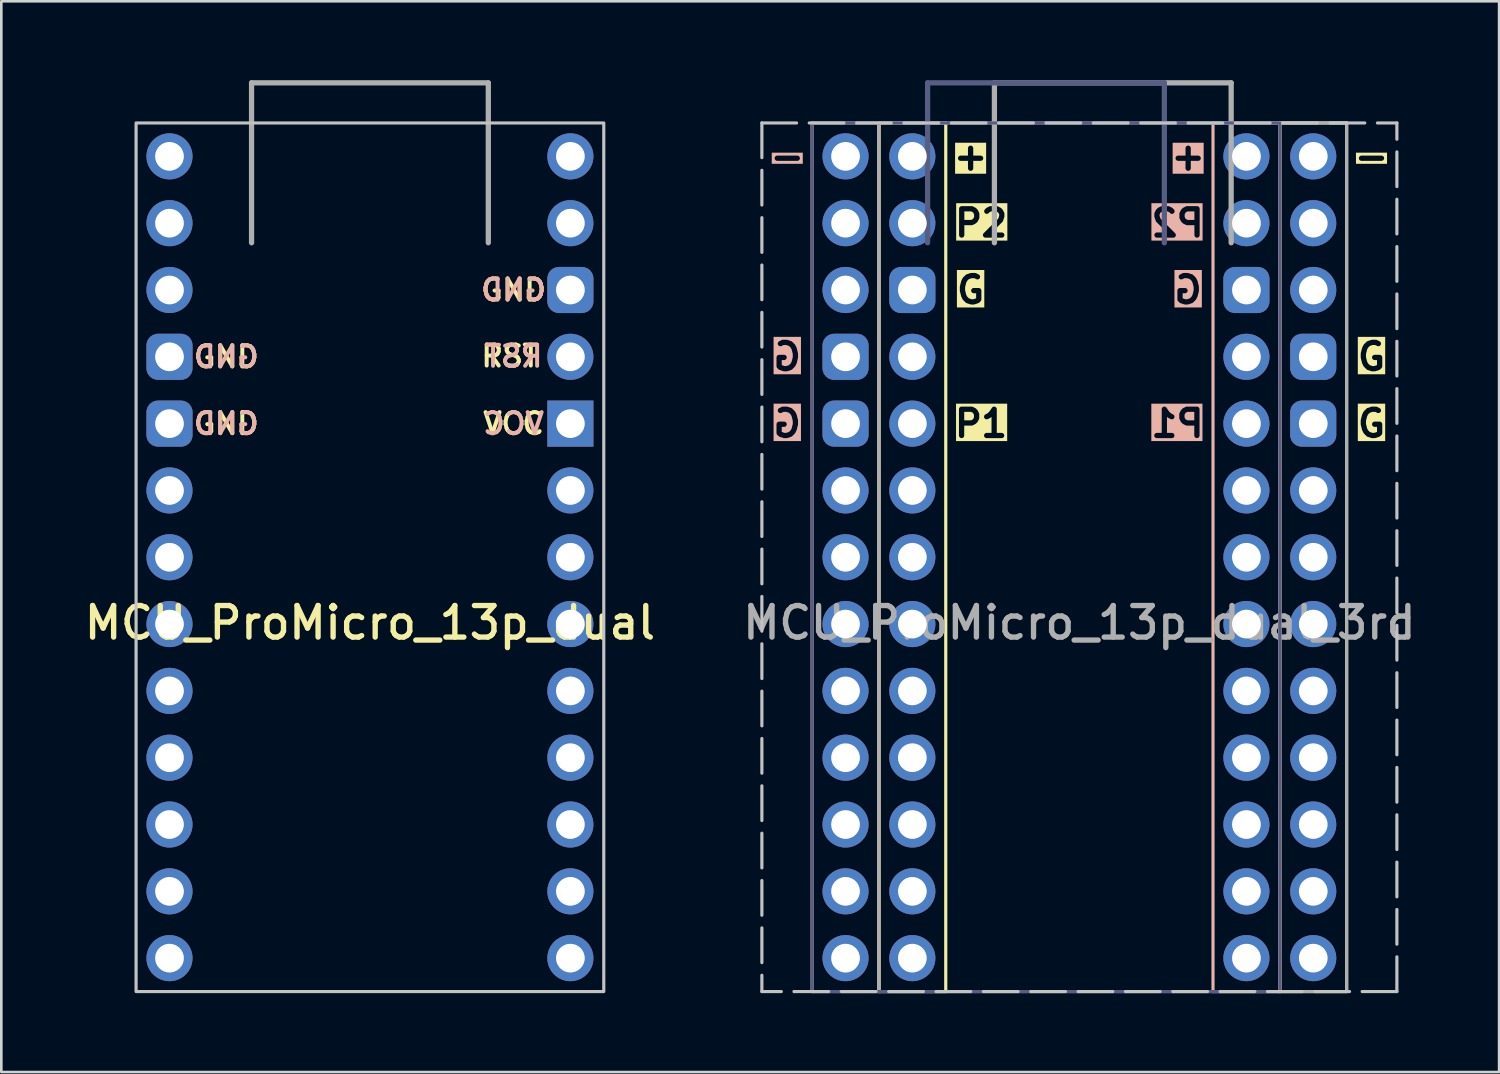
<source format=kicad_pcb>
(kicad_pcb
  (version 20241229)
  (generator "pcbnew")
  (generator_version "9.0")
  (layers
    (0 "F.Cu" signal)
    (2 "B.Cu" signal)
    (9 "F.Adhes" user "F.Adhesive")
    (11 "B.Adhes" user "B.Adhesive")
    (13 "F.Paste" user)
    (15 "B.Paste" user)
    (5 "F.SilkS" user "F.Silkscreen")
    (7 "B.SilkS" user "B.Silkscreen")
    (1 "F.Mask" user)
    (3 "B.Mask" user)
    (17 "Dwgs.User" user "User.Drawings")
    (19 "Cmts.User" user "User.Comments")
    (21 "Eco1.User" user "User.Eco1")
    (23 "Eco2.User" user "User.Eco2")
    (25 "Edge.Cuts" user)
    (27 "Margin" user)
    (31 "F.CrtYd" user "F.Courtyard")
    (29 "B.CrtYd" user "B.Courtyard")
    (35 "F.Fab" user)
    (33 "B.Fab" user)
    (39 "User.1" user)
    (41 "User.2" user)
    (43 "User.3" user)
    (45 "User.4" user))
  (footprint "MCU_ProMicro_13p_dual"
    (layer "F.Cu")
    (at 11.013 18.624)
    (property "Reference" "MCU_ProMicro_13p_dual" (at 0 2 180) (layer "F.SilkS") (effects (font (size 1.2 1.2) (thickness 0.203))))
    (attr through_hole)
    (fp_rect (start -8.89 16.02) (end 8.89 -17) (stroke (width 0.12) (type default)) (fill no) (layer "Dwgs.User"))
    (fp_line (start -4.5 -18.524) (end 4.5 -18.524) (stroke (width 0.2) (type solid)) (layer "F.Fab"))
    (fp_line (start -4.5 -12.444) (end -4.5 -18.524) (stroke (width 0.2) (type solid)) (layer "F.Fab"))
    (fp_line (start 4.5 -18.524) (end 4.5 -12.444) (stroke (width 0.2) (type solid)) (layer "F.Fab"))
    (fp_text user "GND" (at 5.461 -10.65 0) (layer "F.SilkS") (effects (font (size 0.8 0.8) (thickness 0.15))))
    (fp_text user "RST" (at 5.334 -8.14 0) (layer "F.SilkS") (effects (font (size 0.8 0.8) (thickness 0.15))))
    (fp_text user "VCC" (at 5.461 -5.57 0) (layer "F.SilkS") (effects (font (size 0.8 0.8) (thickness 0.15))))
    (fp_text user "GND" (at -5.461 -5.57 0) (layer "F.SilkS") (effects (font (size 0.8 0.8) (thickness 0.15))))
    (fp_text user "GND" (at -5.461 -8.11 0) (layer "F.SilkS") (effects (font (size 0.8 0.8) (thickness 0.15))))
    (fp_text user "RST" (at 5.461 -8.13 0) (layer "B.SilkS") (effects (font (size 0.8 0.8) (thickness 0.15)) (justify mirror)))
    (fp_text user "GND" (at -5.461 -5.57 0) (layer "B.SilkS") (effects (font (size 0.8 0.8) (thickness 0.15)) (justify mirror)))
    (fp_text user "GND" (at -5.461 -8.11 0) (layer "B.SilkS") (effects (font (size 0.8 0.8) (thickness 0.15)) (justify mirror)))
    (fp_text user "GND" (at 5.461 -10.65 0) (layer "B.SilkS") (effects (font (size 0.8 0.8) (thickness 0.15)) (justify mirror)))
    (fp_text user "VCC" (at 5.461 -5.57 0) (layer "B.SilkS") (effects (font (size 0.8 0.8) (thickness 0.15)) (justify mirror)))
    (pad "1" thru_hole circle (at -7.62 -15.73 270) (size 1.753 1.753) (drill 1.092) (layers "*.Cu" "*.Mask"))
    (pad "2" thru_hole circle (at -7.62 -13.19 270) (size 1.753 1.753) (drill 1.092) (layers "*.Cu" "*.Mask"))
    (pad "3" thru_hole circle (at -7.62 -10.65 270) (size 1.753 1.753) (drill 1.092) (layers "*.Cu" "*.Mask"))
    (pad "4" thru_hole roundrect (at -7.62 -8.11 270) (size 1.753 1.753) (drill 1.092) (layers "*.Cu" "*.Mask") (roundrect_rratio 0.25))
    (pad "5" thru_hole roundrect (at -7.62 -5.57 270) (size 1.753 1.753) (drill 1.092) (layers "*.Cu" "*.Mask") (roundrect_rratio 0.25))
    (pad "6" thru_hole circle (at -7.62 -3.03 270) (size 1.753 1.753) (drill 1.092) (layers "*.Cu" "*.Mask"))
    (pad "7" thru_hole circle (at -7.62 -0.49 270) (size 1.753 1.753) (drill 1.092) (layers "*.Cu" "*.Mask"))
    (pad "8" thru_hole circle (at -7.62 2.05 270) (size 1.753 1.753) (drill 1.092) (layers "*.Cu" "*.Mask"))
    (pad "9" thru_hole circle (at -7.62 4.59 270) (size 1.753 1.753) (drill 1.092) (layers "*.Cu" "*.Mask"))
    (pad "10" thru_hole circle (at -7.62 7.13 270) (size 1.753 1.753) (drill 1.092) (layers "*.Cu" "*.Mask"))
    (pad "11" thru_hole circle (at -7.62 9.67 270) (size 1.753 1.753) (drill 1.092) (layers "*.Cu" "*.Mask"))
    (pad "12" thru_hole circle (at -7.62 12.21 270) (size 1.753 1.753) (drill 1.092) (layers "*.Cu" "*.Mask"))
    (pad "13" thru_hole circle (at -7.62 14.75 270) (size 1.753 1.753) (drill 1.092) (layers "*.Cu" "*.Mask"))
    (pad "14" thru_hole circle (at 7.62 14.75 270) (size 1.753 1.753) (drill 1.092) (layers "*.Cu" "*.Mask"))
    (pad "15" thru_hole circle (at 7.62 12.21 270) (size 1.753 1.753) (drill 1.092) (layers "*.Cu" "*.Mask"))
    (pad "16" thru_hole circle (at 7.62 9.67 270) (size 1.753 1.753) (drill 1.092) (layers "*.Cu" "*.Mask"))
    (pad "17" thru_hole circle (at 7.62 7.13 270) (size 1.753 1.753) (drill 1.092) (layers "*.Cu" "*.Mask"))
    (pad "18" thru_hole circle (at 7.62 4.59 270) (size 1.753 1.753) (drill 1.092) (layers "*.Cu" "*.Mask"))
    (pad "19" thru_hole circle (at 7.62 2.05 270) (size 1.753 1.753) (drill 1.092) (layers "*.Cu" "*.Mask"))
    (pad "20" thru_hole circle (at 7.62 -0.49 270) (size 1.753 1.753) (drill 1.092) (layers "*.Cu" "*.Mask"))
    (pad "21" thru_hole circle (at 7.62 -3.03 270) (size 1.753 1.753) (drill 1.092) (layers "*.Cu" "*.Mask"))
    (pad "22" thru_hole trapezoid (at 7.62 -5.57 270) (size 1.753 1.753) (drill 1.092) (layers "*.Cu" "*.Mask"))
    (pad "23" thru_hole circle (at 7.62 -8.11 270) (size 1.753 1.753) (drill 1.092) (layers "*.Cu" "*.Mask"))
    (pad "24" thru_hole roundrect (at 7.62 -10.65 270) (size 1.753 1.753) (drill 1.092) (layers "*.Cu" "*.Mask") (roundrect_rratio 0.25))
    (pad "25" thru_hole circle (at 7.62 -13.19 270) (size 1.753 1.753) (drill 1.092) (layers "*.Cu" "*.Mask"))
    (pad "26" thru_hole circle (at 7.62 -15.73 270) (size 1.753 1.753) (drill 1.092) (layers "*.Cu" "*.Mask")))
  (footprint "MCU_ProMicro_13p_dual_3rd"
    (layer "F.Cu")
    (at 37.983 18.624)
    (property "Reference" "MCU_ProMicro_13p_dual_3rd" (at 0 2 0) (layer "F.Fab") (effects (font (size 1.2 1.2) (thickness 0.203))))
    (attr through_hole)
    (fp_line (start -7.62 -17) (end -7.62 16.02) (stroke (width 0.12) (type default)) (layer "F.SilkS"))
    (fp_line (start -7.62 -17) (end -5.08 -17) (stroke (width 0.12) (type default)) (layer "F.SilkS"))
    (fp_line (start -5.08 -17) (end -5.08 16.02) (stroke (width 0.12) (type default)) (layer "F.SilkS"))
    (fp_line (start -5.08 16.02) (end -7.62 16.02) (stroke (width 0.12) (type default)) (layer "F.SilkS"))
    (fp_line (start 7.62 -17) (end 7.62 16.02) (stroke (width 0.12) (type default)) (layer "F.SilkS"))
    (fp_line (start 7.62 -17) (end 10.16 -17) (stroke (width 0.12) (type default)) (layer "F.SilkS"))
    (fp_line (start 10.16 -17) (end 10.16 16.02) (stroke (width 0.12) (type default)) (layer "F.SilkS"))
    (fp_line (start 10.16 16.02) (end 7.62 16.02) (stroke (width 0.12) (type default)) (layer "F.SilkS"))
    (fp_line (start -10.16 -17) (end -10.16 16.02) (stroke (width 0.12) (type default)) (layer "B.SilkS"))
    (fp_line (start -10.16 16.02) (end -7.62 16.02) (stroke (width 0.12) (type default)) (layer "B.SilkS"))
    (fp_line (start -7.62 -17) (end -10.16 -17) (stroke (width 0.12) (type default)) (layer "B.SilkS"))
    (fp_line (start -7.62 -17) (end -7.62 16.02) (stroke (width 0.12) (type default)) (layer "B.SilkS"))
    (fp_line (start 5.08 -17) (end 5.08 16.02) (stroke (width 0.12) (type default)) (layer "B.SilkS"))
    (fp_line (start 5.08 16.02) (end 7.62 16.02) (stroke (width 0.12) (type default)) (layer "B.SilkS"))
    (fp_line (start 7.62 -17) (end 5.08 -17) (stroke (width 0.12) (type default)) (layer "B.SilkS"))
    (fp_line (start 7.62 -17) (end 7.62 16.02) (stroke (width 0.12) (type default)) (layer "B.SilkS"))
    (fp_line (start -12.07 -17) (end -12.07 16.02) (stroke (width 0.12) (type dash)) (layer "Dwgs.User"))
    (fp_line (start -12.07 -17) (end 12.07 -17) (stroke (width 0.12) (type dash)) (layer "Dwgs.User"))
    (fp_line (start 12.07 16.02) (end -12.07 16.02) (stroke (width 0.12) (type dash)) (layer "Dwgs.User"))
    (fp_line (start 12.07 16.02) (end 12.07 -17) (stroke (width 0.12) (type dash)) (layer "Dwgs.User"))
    (fp_line (start -5.77 -18.524) (end 3.23 -18.524) (stroke (width 0.2) (type solid)) (layer "B.Fab"))
    (fp_line (start -5.77 -12.444) (end -5.77 -18.524) (stroke (width 0.2) (type solid)) (layer "B.Fab"))
    (fp_line (start 3.23 -18.524) (end 3.23 -12.444) (stroke (width 0.2) (type solid)) (layer "B.Fab"))
    (fp_rect (start -10.16 16.02) (end 7.62 -17) (stroke (width 0.12) (type default)) (fill no) (layer "B.Fab"))
    (fp_line (start -3.23 -18.524) (end -3.23 -12.444) (stroke (width 0.2) (type solid)) (layer "F.Fab"))
    (fp_line (start 5.77 -18.524) (end -3.23 -18.524) (stroke (width 0.2) (type solid)) (layer "F.Fab"))
    (fp_line (start 5.77 -12.444) (end 5.77 -18.524) (stroke (width 0.2) (type solid)) (layer "F.Fab"))
    (fp_rect (start -7.62 16.02) (end 10.16 -17) (stroke (width 0.12) (type default)) (fill no) (layer "F.Fab"))
    (fp_text user "G" (at -4.135 -10.65 0) (layer "F.SilkS" knockout) (effects (font (size 1 1) (thickness 0.2) (bold yes))))
    (fp_text user "+" (at -4.135 -15.73 0) (layer "F.SilkS" knockout) (effects (font (size 1 1) (thickness 0.2) (bold yes))))
    (fp_text user "G" (at 11.105 -5.57 0) (layer "F.SilkS" knockout) (effects (font (size 1 1) (thickness 0.2) (bold yes))))
    (fp_text user "-" (at 11.105 -15.73 0) (layer "F.SilkS" knockout) (effects (font (size 1 1) (thickness 0.2) (bold yes))))
    (fp_text user "P1" (at -3.74 -5.57 0) (unlocked yes) (layer "F.SilkS" knockout) (effects (font (size 1 1) (thickness 0.2) (bold yes))))
    (fp_text user "G" (at 11.105 -8.11 0) (layer "F.SilkS" knockout) (effects (font (size 1 1) (thickness 0.2) (bold yes))))
    (fp_text user "P2" (at -3.735 -13.19 0) (unlocked yes) (layer "F.SilkS" knockout) (effects (font (size 1 1) (thickness 0.2) (bold yes))))
    (fp_text user "-" (at -11.105 -15.73 0) (layer "B.SilkS" knockout) (effects (font (size 1 1) (thickness 0.2) (bold yes)) (justify mirror)))
    (fp_text user "G" (at -11.105 -5.57 0) (layer "B.SilkS" knockout) (effects (font (size 1 1) (thickness 0.2) (bold yes)) (justify mirror)))
    (fp_text user "P2" (at 3.735 -13.19 0) (unlocked yes) (layer "B.SilkS" knockout) (effects (font (size 1 1) (thickness 0.2) (bold yes)) (justify mirror)))
    (fp_text user "G" (at -11.105 -8.11 0) (layer "B.SilkS" knockout) (effects (font (size 1 1) (thickness 0.2) (bold yes)) (justify mirror)))
    (fp_text user "G" (at 4.135 -10.65 0) (layer "B.SilkS" knockout) (effects (font (size 1 1) (thickness 0.2) (bold yes)) (justify mirror)))
    (fp_text user "+" (at 4.135 -15.73 0) (layer "B.SilkS" knockout) (effects (font (size 1 1) (thickness 0.2) (bold yes)) (justify mirror)))
    (fp_text user "P1" (at 3.73 -5.57 0) (unlocked yes) (layer "B.SilkS" knockout) (effects (font (size 1 1) (thickness 0.2) (bold yes)) (justify mirror)))
    (pad "1" thru_hole circle (at -8.89 -15.73 90) (size 1.753 1.753) (drill 1.092) (layers "*.Cu" "F.Mask"))
    (pad "1" thru_hole circle (at 8.89 -15.73 270) (size 1.753 1.753) (drill 1.092) (layers "*.Cu" "B.Mask"))
    (pad "2" thru_hole circle (at -8.89 -13.19 90) (size 1.753 1.753) (drill 1.092) (layers "*.Cu" "F.Mask"))
    (pad "2" thru_hole circle (at 8.89 -13.19 270) (size 1.753 1.753) (drill 1.092) (layers "*.Cu" "B.Mask"))
    (pad "3" thru_hole circle (at -8.89 -10.65 90) (size 1.753 1.753) (drill 1.092) (layers "*.Cu" "F.Mask"))
    (pad "3" thru_hole circle (at 8.89 -10.65 270) (size 1.753 1.753) (drill 1.092) (layers "*.Cu" "B.Mask"))
    (pad "4" thru_hole roundrect (at -8.89 -8.11 270) (size 1.753 1.753) (drill 1.092) (layers "*.Cu" "F.Mask") (roundrect_rratio 0.25))
    (pad "4" thru_hole roundrect (at 8.89 -8.11 90) (size 1.753 1.753) (drill 1.092) (layers "*.Cu" "B.Mask") (roundrect_rratio 0.25))
    (pad "5" thru_hole roundrect (at -8.89 -5.57 270) (size 1.753 1.753) (drill 1.092) (layers "*.Cu" "F.Mask") (roundrect_rratio 0.25))
    (pad "5" thru_hole roundrect (at 8.89 -5.57 90) (size 1.753 1.753) (drill 1.092) (layers "*.Cu" "B.Mask") (roundrect_rratio 0.25))
    (pad "6" thru_hole circle (at -8.89 -3.03 90) (size 1.753 1.753) (drill 1.092) (layers "*.Cu" "F.Mask"))
    (pad "6" thru_hole circle (at 8.89 -3.03 270) (size 1.753 1.753) (drill 1.092) (layers "*.Cu" "B.Mask"))
    (pad "7" thru_hole circle (at -8.89 -0.49 90) (size 1.753 1.753) (drill 1.092) (layers "*.Cu" "F.Mask"))
    (pad "7" thru_hole circle (at 8.89 -0.49 270) (size 1.753 1.753) (drill 1.092) (layers "*.Cu" "B.Mask"))
    (pad "8" thru_hole circle (at -8.89 2.05 90) (size 1.753 1.753) (drill 1.092) (layers "*.Cu" "F.Mask"))
    (pad "8" thru_hole circle (at 8.89 2.05 270) (size 1.753 1.753) (drill 1.092) (layers "*.Cu" "B.Mask"))
    (pad "9" thru_hole circle (at -8.89 4.59 90) (size 1.753 1.753) (drill 1.092) (layers "*.Cu" "F.Mask"))
    (pad "9" thru_hole circle (at 8.89 4.59 270) (size 1.753 1.753) (drill 1.092) (layers "*.Cu" "B.Mask"))
    (pad "10" thru_hole circle (at -8.89 7.13 90) (size 1.753 1.753) (drill 1.092) (layers "*.Cu" "F.Mask"))
    (pad "10" thru_hole circle (at 8.89 7.13 270) (size 1.753 1.753) (drill 1.092) (layers "*.Cu" "B.Mask"))
    (pad "11" thru_hole circle (at -8.89 9.67 270) (size 1.753 1.753) (drill 1.092) (layers "*.Cu" "F.Mask"))
    (pad "11" thru_hole circle (at 8.89 9.67 270) (size 1.753 1.753) (drill 1.092) (layers "*.Cu" "B.Mask"))
    (pad "12" thru_hole circle (at -8.89 12.21 90) (size 1.753 1.753) (drill 1.092) (layers "*.Cu" "F.Mask"))
    (pad "12" thru_hole circle (at 8.89 12.21 270) (size 1.753 1.753) (drill 1.092) (layers "*.Cu" "B.Mask"))
    (pad "13" thru_hole circle (at -8.89 14.75 90) (size 1.753 1.753) (drill 1.092) (layers "*.Cu" "F.Mask"))
    (pad "13" thru_hole circle (at 8.89 14.75 90) (size 1.753 1.753) (drill 1.092) (layers "*.Cu" "B.Mask"))
    (pad "14" thru_hole circle (at -6.35 14.75 270) (size 1.753 1.753) (drill 1.092) (layers "*.Cu" "B.Mask"))
    (pad "14" thru_hole circle (at 6.35 14.75 90) (size 1.753 1.753) (drill 1.092) (layers "*.Cu" "F.Mask"))
    (pad "15" thru_hole circle (at -6.35 12.21 270) (size 1.753 1.753) (drill 1.092) (layers "*.Cu" "B.Mask"))
    (pad "15" thru_hole circle (at 6.35 12.21 90) (size 1.753 1.753) (drill 1.092) (layers "*.Cu" "F.Mask"))
    (pad "16" thru_hole circle (at -6.35 9.67 270) (size 1.753 1.753) (drill 1.092) (layers "*.Cu" "B.Mask"))
    (pad "16" thru_hole circle (at 6.35 9.67 90) (size 1.753 1.753) (drill 1.092) (layers "*.Cu" "F.Mask"))
    (pad "17" thru_hole circle (at -6.35 7.13 270) (size 1.753 1.753) (drill 1.092) (layers "*.Cu" "B.Mask"))
    (pad "17" thru_hole circle (at 6.35 7.13 90) (size 1.753 1.753) (drill 1.092) (layers "*.Cu" "F.Mask"))
    (pad "18" thru_hole circle (at -6.35 4.59 270) (size 1.753 1.753) (drill 1.092) (layers "*.Cu" "B.Mask"))
    (pad "18" thru_hole circle (at 6.35 4.59 90) (size 1.753 1.753) (drill 1.092) (layers "*.Cu" "F.Mask"))
    (pad "19" thru_hole circle (at -6.35 2.05 270) (size 1.753 1.753) (drill 1.092) (layers "*.Cu" "B.Mask"))
    (pad "19" thru_hole circle (at 6.35 2.05 90) (size 1.753 1.753) (drill 1.092) (layers "*.Cu" "F.Mask"))
    (pad "20" thru_hole circle (at -6.35 -0.49 270) (size 1.753 1.753) (drill 1.092) (layers "*.Cu" "B.Mask"))
    (pad "20" thru_hole circle (at 6.35 -0.49 90) (size 1.753 1.753) (drill 1.092) (layers "*.Cu" "F.Mask"))
    (pad "21" thru_hole circle (at -6.35 -3.03 270) (size 1.753 1.753) (drill 1.092) (layers "*.Cu" "B.Mask"))
    (pad "21" thru_hole circle (at 6.35 -3.03 90) (size 1.753 1.753) (drill 1.092) (layers "*.Cu" "F.Mask"))
    (pad "22" thru_hole circle (at -6.35 -5.57 90) (size 1.753 1.753) (drill 1.092) (layers "*.Cu" "B.Mask"))
    (pad "22" thru_hole circle (at 6.35 -5.57 270) (size 1.753 1.753) (drill 1.092) (layers "*.Cu" "F.Mask"))
    (pad "23" thru_hole circle (at -6.35 -8.11 270) (size 1.753 1.753) (drill 1.092) (layers "*.Cu" "B.Mask"))
    (pad "23" thru_hole circle (at 6.35 -8.11 90) (size 1.753 1.753) (drill 1.092) (layers "*.Cu" "F.Mask"))
    (pad "24" thru_hole roundrect (at -6.35 -10.65 90) (size 1.753 1.753) (drill 1.092) (layers "*.Cu" "B.Mask") (roundrect_rratio 0.25))
    (pad "24" thru_hole roundrect (at 6.35 -10.65 270) (size 1.753 1.753) (drill 1.092) (layers "*.Cu" "F.Mask") (roundrect_rratio 0.25))
    (pad "25" thru_hole circle (at -6.35 -13.19 270) (size 1.753 1.753) (drill 1.092) (layers "*.Cu" "B.Mask"))
    (pad "25" thru_hole circle (at 6.35 -13.19 90) (size 1.753 1.753) (drill 1.092) (layers "*.Cu" "F.Mask"))
    (pad "26" thru_hole circle (at -6.35 -15.73 270) (size 1.753 1.753) (drill 1.092) (layers "*.Cu" "B.Mask"))
    (pad "26" thru_hole circle (at 6.35 -15.73 90) (size 1.753 1.753) (drill 1.092) (layers "*.Cu" "F.Mask")))
  (gr_rect
    (start -3 -3)
    (end 53.939 37.704)
    (stroke (width 0.1) (type default))
    (fill no)
    (layer "Edge.Cuts")))
</source>
